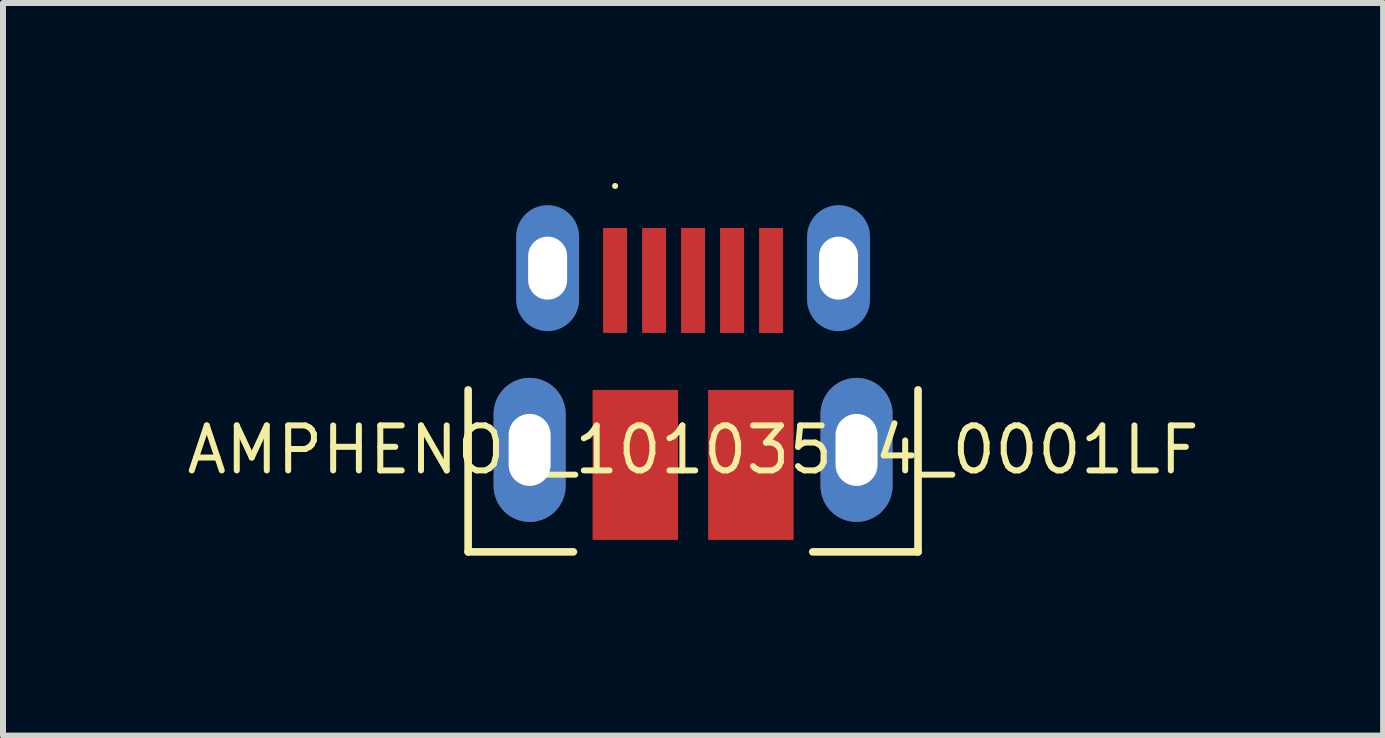
<source format=kicad_pcb>
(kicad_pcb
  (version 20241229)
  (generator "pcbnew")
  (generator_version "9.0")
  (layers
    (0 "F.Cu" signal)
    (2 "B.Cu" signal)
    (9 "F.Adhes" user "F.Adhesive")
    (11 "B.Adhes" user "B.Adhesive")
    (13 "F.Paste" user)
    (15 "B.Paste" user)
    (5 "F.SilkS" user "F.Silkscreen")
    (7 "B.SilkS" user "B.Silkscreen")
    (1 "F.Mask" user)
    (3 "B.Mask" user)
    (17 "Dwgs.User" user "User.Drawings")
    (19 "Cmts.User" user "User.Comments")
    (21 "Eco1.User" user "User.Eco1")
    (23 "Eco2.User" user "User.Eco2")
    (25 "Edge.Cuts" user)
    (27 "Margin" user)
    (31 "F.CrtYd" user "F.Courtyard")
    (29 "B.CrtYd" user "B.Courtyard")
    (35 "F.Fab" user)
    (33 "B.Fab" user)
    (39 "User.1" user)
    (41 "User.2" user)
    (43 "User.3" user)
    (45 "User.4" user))
  (footprint "AMPHENOL_10103594_0001LF"
    (layer "F.Cu")
    (at 8.504 4.45)
    (property "Reference" "AMPHENOL_10103594_0001LF" (at 0 0 0) (layer "F.SilkS") (effects (font (size 0.75 0.75) (thickness 0.1))))
    (fp_line (start -3.75 -1) (end -3.75 1.7) (stroke (width 0.127) (type solid)) (layer "F.SilkS"))
    (fp_line (start -3.75 1.7) (end -1.995 1.7) (stroke (width 0.127) (type solid)) (layer "F.SilkS"))
    (fp_line (start 3.75 -1) (end 3.75 1.7) (stroke (width 0.127) (type solid)) (layer "F.SilkS"))
    (fp_line (start 3.75 1.7) (end 1.995 1.7) (stroke (width 0.127) (type solid)) (layer "F.SilkS"))
    (fp_poly (pts (xy -1.25 -4.4) (xy -1.251 -4.41) (xy -1.254 -4.419) (xy -1.258 -4.428) (xy -1.265 -4.435) (xy -1.272 -4.442) (xy -1.281 -4.446) (xy -1.29 -4.449) (xy -1.3 -4.45) (xy -1.31 -4.449) (xy -1.319 -4.446) (xy -1.328 -4.442) (xy -1.335 -4.435) (xy -1.342 -4.428) (xy -1.346 -4.419) (xy -1.349 -4.41) (xy -1.35 -4.4) (xy -1.349 -4.39) (xy -1.346 -4.381) (xy -1.342 -4.372) (xy -1.335 -4.365) (xy -1.328 -4.358) (xy -1.319 -4.354) (xy -1.31 -4.351) (xy -1.3 -4.35) (xy -1.29 -4.351) (xy -1.281 -4.354) (xy -1.272 -4.358) (xy -1.265 -4.365) (xy -1.258 -4.372) (xy -1.254 -4.381) (xy -1.251 -4.39)) (stroke (width 0) (type solid)) (fill yes) (layer "F.SilkS"))
    (pad "1" smd rect (at -1.3 -2.825) (size 0.4 1.75) (layers "F.Cu" "F.Mask" "F.Paste"))
    (pad "2" smd rect (at -0.65 -2.825) (size 0.4 1.75) (layers "F.Cu" "F.Mask" "F.Paste"))
    (pad "3" smd rect (at 0 -2.825) (size 0.4 1.75) (layers "F.Cu" "F.Mask" "F.Paste"))
    (pad "4" smd rect (at 0.65 -2.825) (size 0.4 1.75) (layers "F.Cu" "F.Mask" "F.Paste"))
    (pad "5" smd rect (at 1.3 -2.825) (size 0.4 1.75) (layers "F.Cu" "F.Mask" "F.Paste"))
    (pad "6" thru_hole oval (at -2.425 -3.03 90) (size 1.46 0.73) (drill oval 1.05 0.65) (layers "*.Cu" "*.Mask"))
    (pad "7" thru_hole oval (at 2.425 -3.03 90) (size 1.46 0.73) (drill oval 1.05 0.65) (layers "*.Cu" "*.Mask"))
    (pad "8" thru_hole oval (at -2.725 0 90) (size 2.4 1.2) (drill oval 1.2 0.7) (layers "*.Cu" "*.Mask"))
    (pad "9" thru_hole oval (at 2.725 0 90) (size 2.4 1.2) (drill oval 1.2 0.7) (layers "*.Cu" "*.Mask"))
    (pad "10" smd oval (at -2.425 -3.03 90) (size 2.1 1.05) (layers "B.Cu" "B.Mask" "B.Paste"))
    (pad "11" smd oval (at 2.425 -3.03 90) (size 2.1 1.05) (layers "B.Cu" "B.Mask" "B.Paste"))
    (pad "13" smd rect (at -0.963 0.25) (size 1.425 2.5) (layers "F.Cu" "F.Mask" "F.Paste"))
    (pad "14" smd rect (at 0.963 0.25) (size 1.425 2.5) (layers "F.Cu" "F.Mask" "F.Paste")))
  (gr_rect
    (start -3 -3)
    (end 20.007 9.213)
    (stroke (width 0.1) (type default))
    (fill no)
    (layer "Edge.Cuts")))
</source>
